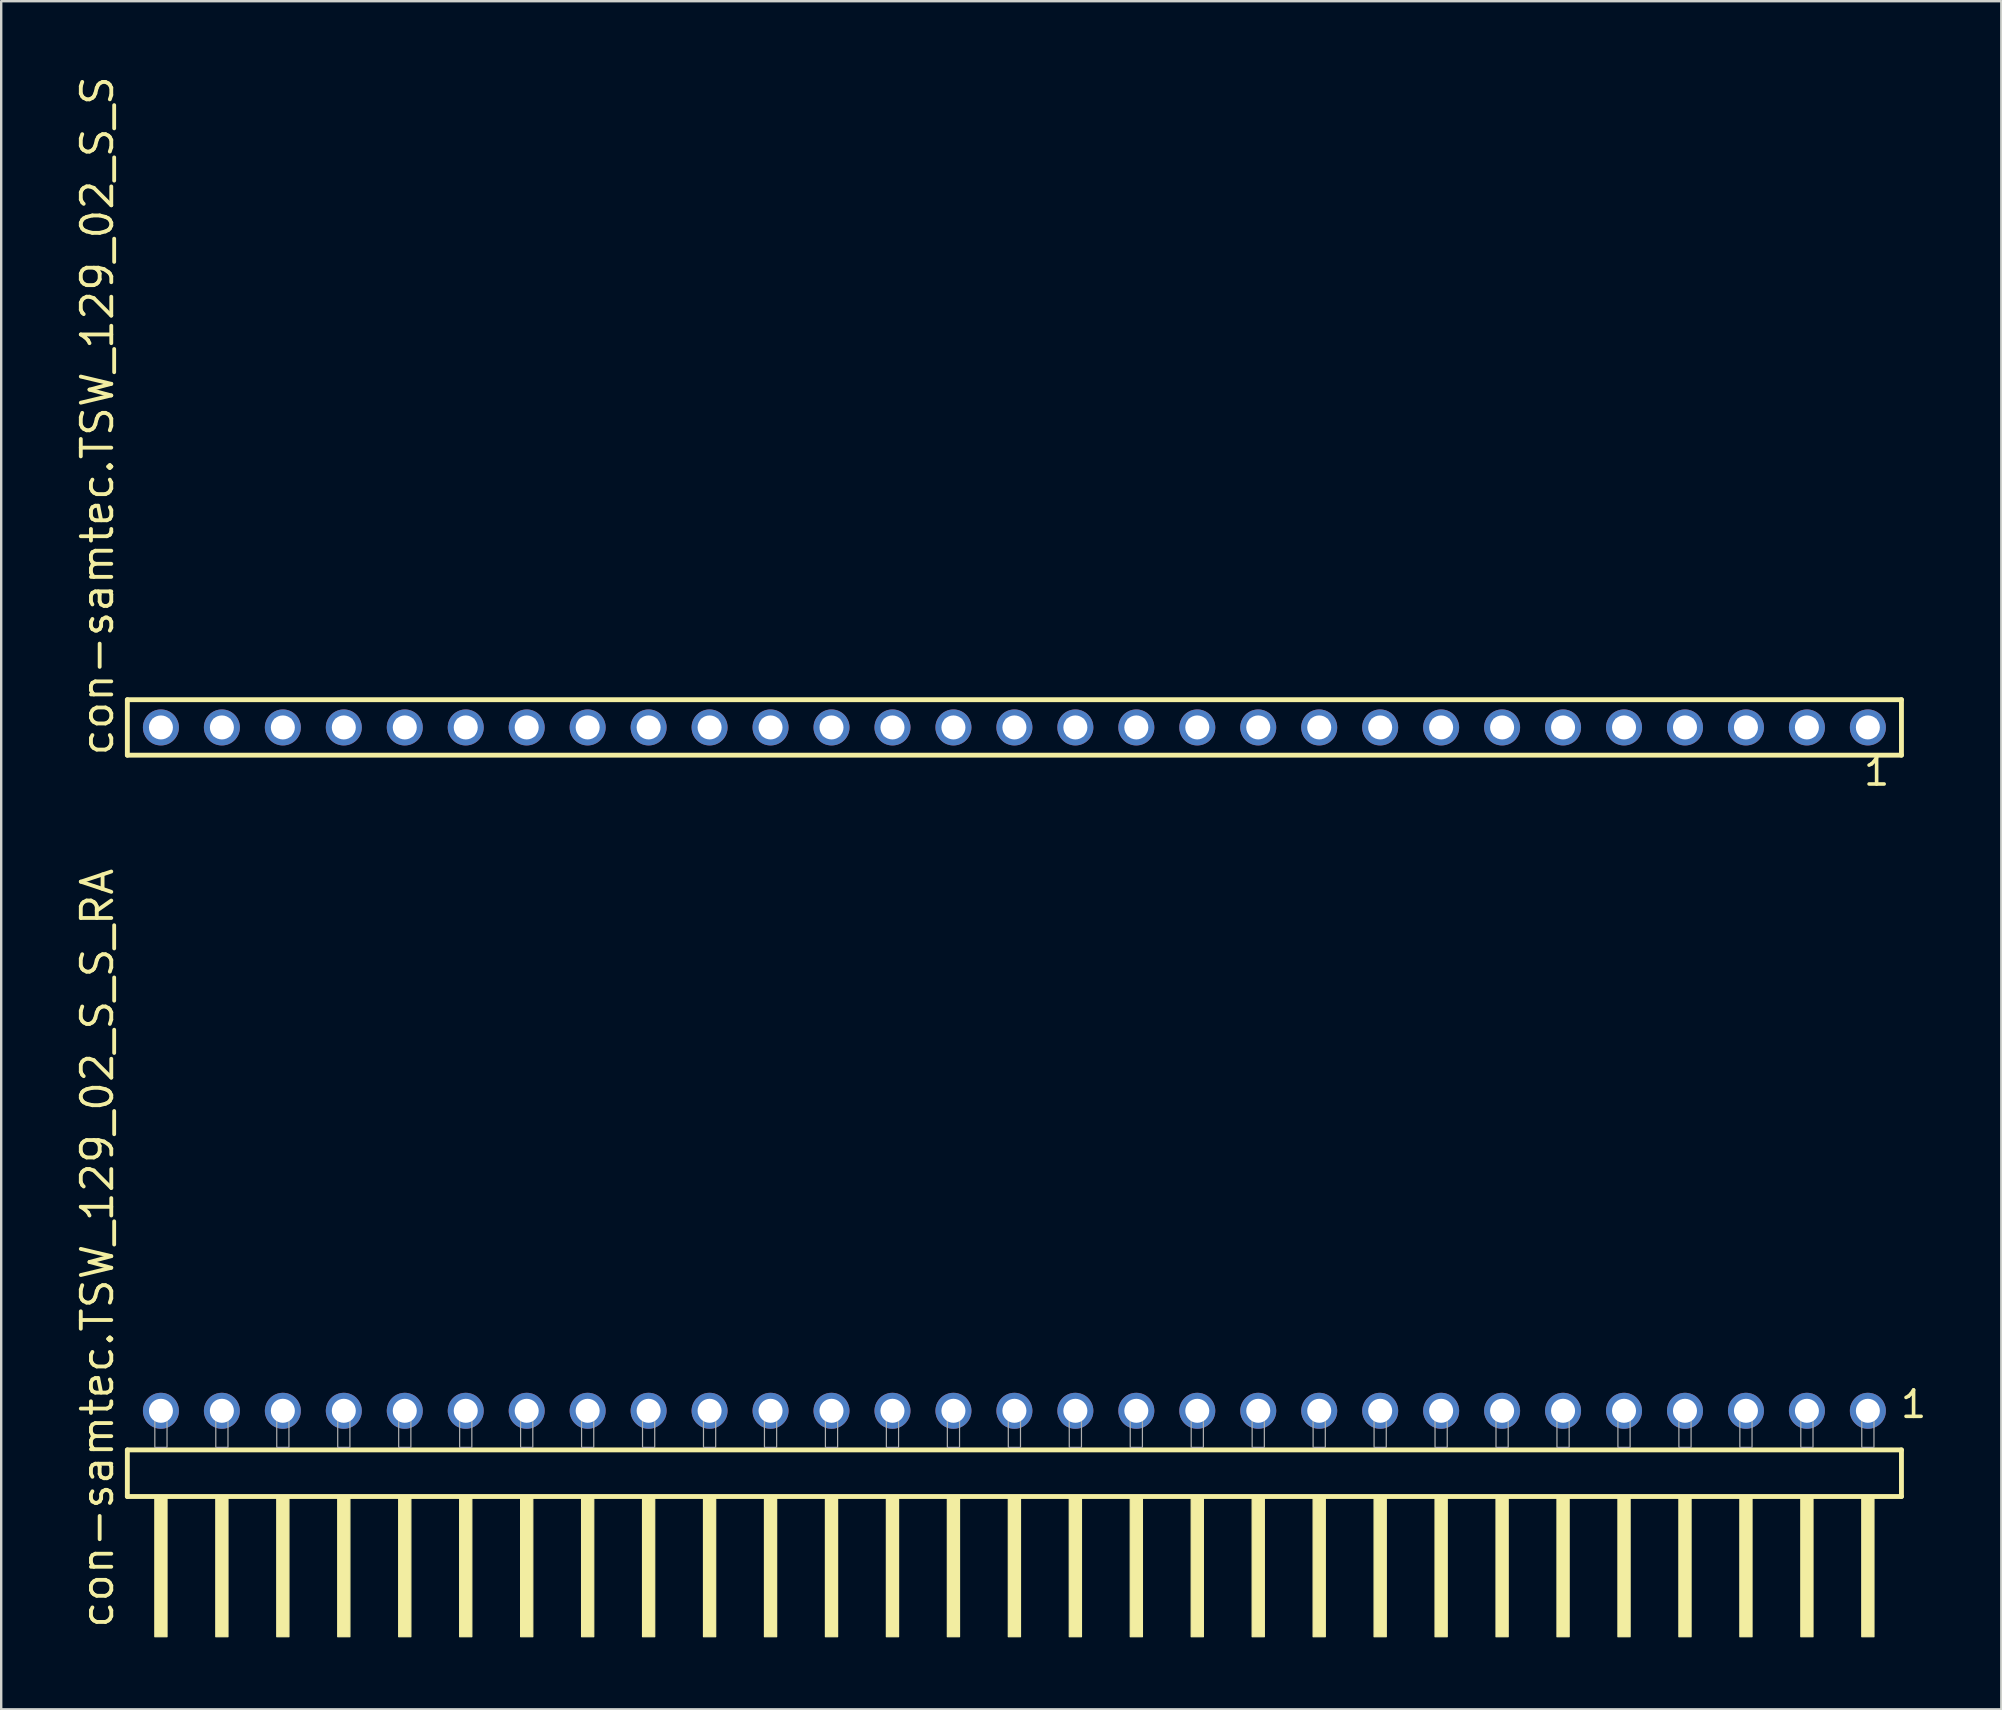
<source format=kicad_pcb>
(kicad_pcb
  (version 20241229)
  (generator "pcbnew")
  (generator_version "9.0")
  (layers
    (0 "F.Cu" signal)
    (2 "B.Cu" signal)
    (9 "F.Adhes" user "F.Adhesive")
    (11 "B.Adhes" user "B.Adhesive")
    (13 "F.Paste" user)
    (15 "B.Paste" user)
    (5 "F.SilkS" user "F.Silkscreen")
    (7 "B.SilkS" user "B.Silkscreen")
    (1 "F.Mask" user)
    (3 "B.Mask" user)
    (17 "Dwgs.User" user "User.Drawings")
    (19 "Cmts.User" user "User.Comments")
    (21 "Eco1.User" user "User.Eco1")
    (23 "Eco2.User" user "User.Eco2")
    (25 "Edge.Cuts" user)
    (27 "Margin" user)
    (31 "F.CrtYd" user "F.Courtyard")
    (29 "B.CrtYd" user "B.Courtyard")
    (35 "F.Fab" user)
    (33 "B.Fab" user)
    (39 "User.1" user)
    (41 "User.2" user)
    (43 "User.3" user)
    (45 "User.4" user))
  (footprint "con-samtec.TSW_129_02_S_S_RA"
    (layer "F.Cu")
    (at 39.215 57.255)
    (property "Reference" "con-samtec.TSW_129_02_S_S_RA" (at -37.465 7.62 90) (layer "F.SilkS") (effects (font (size 1.27 1.27) (thickness 0.16)) (justify left bottom)))
    (attr through_hole)
    (fp_line (start -36.959 0.106) (end -36.959 2.046) (stroke (width 0.203) (type default)) (layer "F.SilkS"))
    (fp_line (start -36.959 2.046) (end 36.959 2.046) (stroke (width 0.203) (type default)) (layer "F.SilkS"))
    (fp_line (start 36.959 0.106) (end -36.959 0.106) (stroke (width 0.203) (type default)) (layer "F.SilkS"))
    (fp_line (start 36.959 2.046) (end 36.959 0.106) (stroke (width 0.203) (type default)) (layer "F.SilkS"))
    (fp_rect (start -35.814 7.89) (end -35.306 2.04) (stroke (width 0.05) (type default)) (fill yes) (layer "F.SilkS"))
    (fp_rect (start -33.274 7.89) (end -32.766 2.04) (stroke (width 0.05) (type default)) (fill yes) (layer "F.SilkS"))
    (fp_rect (start -30.734 7.89) (end -30.226 2.04) (stroke (width 0.05) (type default)) (fill yes) (layer "F.SilkS"))
    (fp_rect (start -28.194 7.89) (end -27.686 2.04) (stroke (width 0.05) (type default)) (fill yes) (layer "F.SilkS"))
    (fp_rect (start -25.654 7.89) (end -25.146 2.04) (stroke (width 0.05) (type default)) (fill yes) (layer "F.SilkS"))
    (fp_rect (start -23.114 7.89) (end -22.606 2.04) (stroke (width 0.05) (type default)) (fill yes) (layer "F.SilkS"))
    (fp_rect (start -20.574 7.89) (end -20.066 2.04) (stroke (width 0.05) (type default)) (fill yes) (layer "F.SilkS"))
    (fp_rect (start -18.034 7.89) (end -17.526 2.04) (stroke (width 0.05) (type default)) (fill yes) (layer "F.SilkS"))
    (fp_rect (start -15.494 7.89) (end -14.986 2.04) (stroke (width 0.05) (type default)) (fill yes) (layer "F.SilkS"))
    (fp_rect (start -12.954 7.89) (end -12.446 2.04) (stroke (width 0.05) (type default)) (fill yes) (layer "F.SilkS"))
    (fp_rect (start -10.414 7.89) (end -9.906 2.04) (stroke (width 0.05) (type default)) (fill yes) (layer "F.SilkS"))
    (fp_rect (start -7.874 7.89) (end -7.366 2.04) (stroke (width 0.05) (type default)) (fill yes) (layer "F.SilkS"))
    (fp_rect (start -5.334 7.89) (end -4.826 2.04) (stroke (width 0.05) (type default)) (fill yes) (layer "F.SilkS"))
    (fp_rect (start -2.794 7.89) (end -2.286 2.04) (stroke (width 0.05) (type default)) (fill yes) (layer "F.SilkS"))
    (fp_rect (start -0.254 7.89) (end 0.254 2.04) (stroke (width 0.05) (type default)) (fill yes) (layer "F.SilkS"))
    (fp_rect (start 2.286 7.89) (end 2.794 2.04) (stroke (width 0.05) (type default)) (fill yes) (layer "F.SilkS"))
    (fp_rect (start 4.826 7.89) (end 5.334 2.04) (stroke (width 0.05) (type default)) (fill yes) (layer "F.SilkS"))
    (fp_rect (start 7.366 7.89) (end 7.874 2.04) (stroke (width 0.05) (type default)) (fill yes) (layer "F.SilkS"))
    (fp_rect (start 9.906 7.89) (end 10.414 2.04) (stroke (width 0.05) (type default)) (fill yes) (layer "F.SilkS"))
    (fp_rect (start 12.446 7.89) (end 12.954 2.04) (stroke (width 0.05) (type default)) (fill yes) (layer "F.SilkS"))
    (fp_rect (start 14.986 7.89) (end 15.494 2.04) (stroke (width 0.05) (type default)) (fill yes) (layer "F.SilkS"))
    (fp_rect (start 17.526 7.89) (end 18.034 2.04) (stroke (width 0.05) (type default)) (fill yes) (layer "F.SilkS"))
    (fp_rect (start 20.066 7.89) (end 20.574 2.04) (stroke (width 0.05) (type default)) (fill yes) (layer "F.SilkS"))
    (fp_rect (start 22.606 7.89) (end 23.114 2.04) (stroke (width 0.05) (type default)) (fill yes) (layer "F.SilkS"))
    (fp_rect (start 25.146 7.89) (end 25.654 2.04) (stroke (width 0.05) (type default)) (fill yes) (layer "F.SilkS"))
    (fp_rect (start 27.686 7.89) (end 28.194 2.04) (stroke (width 0.05) (type default)) (fill yes) (layer "F.SilkS"))
    (fp_rect (start 30.226 7.89) (end 30.734 2.04) (stroke (width 0.05) (type default)) (fill yes) (layer "F.SilkS"))
    (fp_rect (start 32.766 7.89) (end 33.274 2.04) (stroke (width 0.05) (type default)) (fill yes) (layer "F.SilkS"))
    (fp_rect (start 35.306 7.89) (end 35.814 2.04) (stroke (width 0.05) (type default)) (fill yes) (layer "F.SilkS"))
    (fp_rect (start -35.814 0) (end -35.306 -1.778) (stroke (width 0.05) (type default)) (fill no) (layer "F.Fab"))
    (fp_rect (start -33.274 0) (end -32.766 -1.778) (stroke (width 0.05) (type default)) (fill no) (layer "F.Fab"))
    (fp_rect (start -30.734 0) (end -30.226 -1.778) (stroke (width 0.05) (type default)) (fill no) (layer "F.Fab"))
    (fp_rect (start -28.194 0) (end -27.686 -1.778) (stroke (width 0.05) (type default)) (fill no) (layer "F.Fab"))
    (fp_rect (start -25.654 0) (end -25.146 -1.778) (stroke (width 0.05) (type default)) (fill no) (layer "F.Fab"))
    (fp_rect (start -23.114 0) (end -22.606 -1.778) (stroke (width 0.05) (type default)) (fill no) (layer "F.Fab"))
    (fp_rect (start -20.574 0) (end -20.066 -1.778) (stroke (width 0.05) (type default)) (fill no) (layer "F.Fab"))
    (fp_rect (start -18.034 0) (end -17.526 -1.778) (stroke (width 0.05) (type default)) (fill no) (layer "F.Fab"))
    (fp_rect (start -15.494 0) (end -14.986 -1.778) (stroke (width 0.05) (type default)) (fill no) (layer "F.Fab"))
    (fp_rect (start -12.954 0) (end -12.446 -1.778) (stroke (width 0.05) (type default)) (fill no) (layer "F.Fab"))
    (fp_rect (start -10.414 0) (end -9.906 -1.778) (stroke (width 0.05) (type default)) (fill no) (layer "F.Fab"))
    (fp_rect (start -7.874 0) (end -7.366 -1.778) (stroke (width 0.05) (type default)) (fill no) (layer "F.Fab"))
    (fp_rect (start -5.334 0) (end -4.826 -1.778) (stroke (width 0.05) (type default)) (fill no) (layer "F.Fab"))
    (fp_rect (start -2.794 0) (end -2.286 -1.778) (stroke (width 0.05) (type default)) (fill no) (layer "F.Fab"))
    (fp_rect (start -0.254 0) (end 0.254 -1.778) (stroke (width 0.05) (type default)) (fill no) (layer "F.Fab"))
    (fp_rect (start 2.286 0) (end 2.794 -1.778) (stroke (width 0.05) (type default)) (fill no) (layer "F.Fab"))
    (fp_rect (start 4.826 0) (end 5.334 -1.778) (stroke (width 0.05) (type default)) (fill no) (layer "F.Fab"))
    (fp_rect (start 7.366 0) (end 7.874 -1.778) (stroke (width 0.05) (type default)) (fill no) (layer "F.Fab"))
    (fp_rect (start 9.906 0) (end 10.414 -1.778) (stroke (width 0.05) (type default)) (fill no) (layer "F.Fab"))
    (fp_rect (start 12.446 0) (end 12.954 -1.778) (stroke (width 0.05) (type default)) (fill no) (layer "F.Fab"))
    (fp_rect (start 14.986 0) (end 15.494 -1.778) (stroke (width 0.05) (type default)) (fill no) (layer "F.Fab"))
    (fp_rect (start 17.526 0) (end 18.034 -1.778) (stroke (width 0.05) (type default)) (fill no) (layer "F.Fab"))
    (fp_rect (start 20.066 0) (end 20.574 -1.778) (stroke (width 0.05) (type default)) (fill no) (layer "F.Fab"))
    (fp_rect (start 22.606 0) (end 23.114 -1.778) (stroke (width 0.05) (type default)) (fill no) (layer "F.Fab"))
    (fp_rect (start 25.146 0) (end 25.654 -1.778) (stroke (width 0.05) (type default)) (fill no) (layer "F.Fab"))
    (fp_rect (start 27.686 0) (end 28.194 -1.778) (stroke (width 0.05) (type default)) (fill no) (layer "F.Fab"))
    (fp_rect (start 30.226 0) (end 30.734 -1.778) (stroke (width 0.05) (type default)) (fill no) (layer "F.Fab"))
    (fp_rect (start 32.766 0) (end 33.274 -1.778) (stroke (width 0.05) (type default)) (fill no) (layer "F.Fab"))
    (fp_rect (start 35.306 0) (end 35.814 -1.778) (stroke (width 0.05) (type default)) (fill no) (layer "F.Fab"))
    (fp_text user "1" (at 36.842 -1.152 0) (layer "F.SilkS") (effects (font (size 1.1 1.1) (thickness 0.15)) (justify left bottom)))
    (pad "1" thru_hole circle (at 35.56 -1.524 180) (size 1.5 1.5) (drill 1) (layers "*.Cu" "*.Mask"))
    (pad "2" thru_hole circle (at 33.02 -1.524 180) (size 1.5 1.5) (drill 1) (layers "*.Cu" "*.Mask"))
    (pad "3" thru_hole circle (at 30.48 -1.524 180) (size 1.5 1.5) (drill 1) (layers "*.Cu" "*.Mask"))
    (pad "4" thru_hole circle (at 27.94 -1.524 180) (size 1.5 1.5) (drill 1) (layers "*.Cu" "*.Mask"))
    (pad "5" thru_hole circle (at 25.4 -1.524 180) (size 1.5 1.5) (drill 1) (layers "*.Cu" "*.Mask"))
    (pad "6" thru_hole circle (at 22.86 -1.524 180) (size 1.5 1.5) (drill 1) (layers "*.Cu" "*.Mask"))
    (pad "7" thru_hole circle (at 20.32 -1.524 180) (size 1.5 1.5) (drill 1) (layers "*.Cu" "*.Mask"))
    (pad "8" thru_hole circle (at 17.78 -1.524 180) (size 1.5 1.5) (drill 1) (layers "*.Cu" "*.Mask"))
    (pad "9" thru_hole circle (at 15.24 -1.524 180) (size 1.5 1.5) (drill 1) (layers "*.Cu" "*.Mask"))
    (pad "10" thru_hole circle (at 12.7 -1.524 180) (size 1.5 1.5) (drill 1) (layers "*.Cu" "*.Mask"))
    (pad "11" thru_hole circle (at 10.16 -1.524 180) (size 1.5 1.5) (drill 1) (layers "*.Cu" "*.Mask"))
    (pad "12" thru_hole circle (at 7.62 -1.524 180) (size 1.5 1.5) (drill 1) (layers "*.Cu" "*.Mask"))
    (pad "13" thru_hole circle (at 5.08 -1.524 180) (size 1.5 1.5) (drill 1) (layers "*.Cu" "*.Mask"))
    (pad "14" thru_hole circle (at 2.54 -1.524 180) (size 1.5 1.5) (drill 1) (layers "*.Cu" "*.Mask"))
    (pad "15" thru_hole circle (at 0 -1.524 180) (size 1.5 1.5) (drill 1) (layers "*.Cu" "*.Mask"))
    (pad "16" thru_hole circle (at -2.54 -1.524 180) (size 1.5 1.5) (drill 1) (layers "*.Cu" "*.Mask"))
    (pad "17" thru_hole circle (at -5.08 -1.524 180) (size 1.5 1.5) (drill 1) (layers "*.Cu" "*.Mask"))
    (pad "18" thru_hole circle (at -7.62 -1.524 180) (size 1.5 1.5) (drill 1) (layers "*.Cu" "*.Mask"))
    (pad "19" thru_hole circle (at -10.16 -1.524 180) (size 1.5 1.5) (drill 1) (layers "*.Cu" "*.Mask"))
    (pad "20" thru_hole circle (at -12.7 -1.524 180) (size 1.5 1.5) (drill 1) (layers "*.Cu" "*.Mask"))
    (pad "21" thru_hole circle (at -15.24 -1.524 180) (size 1.5 1.5) (drill 1) (layers "*.Cu" "*.Mask"))
    (pad "22" thru_hole circle (at -17.78 -1.524 180) (size 1.5 1.5) (drill 1) (layers "*.Cu" "*.Mask"))
    (pad "23" thru_hole circle (at -20.32 -1.524 180) (size 1.5 1.5) (drill 1) (layers "*.Cu" "*.Mask"))
    (pad "24" thru_hole circle (at -22.86 -1.524 180) (size 1.5 1.5) (drill 1) (layers "*.Cu" "*.Mask"))
    (pad "25" thru_hole circle (at -25.4 -1.524 180) (size 1.5 1.5) (drill 1) (layers "*.Cu" "*.Mask"))
    (pad "26" thru_hole circle (at -27.94 -1.524 180) (size 1.5 1.5) (drill 1) (layers "*.Cu" "*.Mask"))
    (pad "27" thru_hole circle (at -30.48 -1.524 180) (size 1.5 1.5) (drill 1) (layers "*.Cu" "*.Mask"))
    (pad "28" thru_hole circle (at -33.02 -1.524 180) (size 1.5 1.5) (drill 1) (layers "*.Cu" "*.Mask"))
    (pad "29" thru_hole circle (at -35.56 -1.524 180) (size 1.5 1.5) (drill 1) (layers "*.Cu" "*.Mask")))
  (footprint "con-samtec.TSW_129_02_S_S"
    (layer "F.Cu")
    (at 39.215 27.259)
    (property "Reference" "con-samtec.TSW_129_02_S_S" (at -37.465 1.27 90) (layer "F.SilkS") (effects (font (size 1.27 1.27) (thickness 0.16)) (justify left bottom)))
    (attr through_hole)
    (fp_line (start -36.959 -1.155) (end 36.959 -1.155) (stroke (width 0.203) (type default)) (layer "F.SilkS"))
    (fp_line (start -36.959 1.155) (end -36.959 -1.155) (stroke (width 0.203) (type default)) (layer "F.SilkS"))
    (fp_line (start 36.959 -1.155) (end 36.959 1.155) (stroke (width 0.203) (type default)) (layer "F.SilkS"))
    (fp_line (start 36.959 1.155) (end -36.959 1.155) (stroke (width 0.203) (type default)) (layer "F.SilkS"))
    (fp_rect (start -35.91 0.35) (end -35.21 -0.35) (stroke (width 0.05) (type default)) (fill no) (layer "F.Fab"))
    (fp_rect (start -33.37 0.35) (end -32.67 -0.35) (stroke (width 0.05) (type default)) (fill no) (layer "F.Fab"))
    (fp_rect (start -30.83 0.35) (end -30.13 -0.35) (stroke (width 0.05) (type default)) (fill no) (layer "F.Fab"))
    (fp_rect (start -28.29 0.35) (end -27.59 -0.35) (stroke (width 0.05) (type default)) (fill no) (layer "F.Fab"))
    (fp_rect (start -25.75 0.35) (end -25.05 -0.35) (stroke (width 0.05) (type default)) (fill no) (layer "F.Fab"))
    (fp_rect (start -23.21 0.35) (end -22.51 -0.35) (stroke (width 0.05) (type default)) (fill no) (layer "F.Fab"))
    (fp_rect (start -20.67 0.35) (end -19.97 -0.35) (stroke (width 0.05) (type default)) (fill no) (layer "F.Fab"))
    (fp_rect (start -18.13 0.35) (end -17.43 -0.35) (stroke (width 0.05) (type default)) (fill no) (layer "F.Fab"))
    (fp_rect (start -15.59 0.35) (end -14.89 -0.35) (stroke (width 0.05) (type default)) (fill no) (layer "F.Fab"))
    (fp_rect (start -13.05 0.35) (end -12.35 -0.35) (stroke (width 0.05) (type default)) (fill no) (layer "F.Fab"))
    (fp_rect (start -10.51 0.35) (end -9.81 -0.35) (stroke (width 0.05) (type default)) (fill no) (layer "F.Fab"))
    (fp_rect (start -7.97 0.35) (end -7.27 -0.35) (stroke (width 0.05) (type default)) (fill no) (layer "F.Fab"))
    (fp_rect (start -5.43 0.35) (end -4.73 -0.35) (stroke (width 0.05) (type default)) (fill no) (layer "F.Fab"))
    (fp_rect (start -2.89 0.35) (end -2.19 -0.35) (stroke (width 0.05) (type default)) (fill no) (layer "F.Fab"))
    (fp_rect (start -0.35 0.35) (end 0.35 -0.35) (stroke (width 0.05) (type default)) (fill no) (layer "F.Fab"))
    (fp_rect (start 2.19 0.35) (end 2.89 -0.35) (stroke (width 0.05) (type default)) (fill no) (layer "F.Fab"))
    (fp_rect (start 4.73 0.35) (end 5.43 -0.35) (stroke (width 0.05) (type default)) (fill no) (layer "F.Fab"))
    (fp_rect (start 7.27 0.35) (end 7.97 -0.35) (stroke (width 0.05) (type default)) (fill no) (layer "F.Fab"))
    (fp_rect (start 9.81 0.35) (end 10.51 -0.35) (stroke (width 0.05) (type default)) (fill no) (layer "F.Fab"))
    (fp_rect (start 12.35 0.35) (end 13.05 -0.35) (stroke (width 0.05) (type default)) (fill no) (layer "F.Fab"))
    (fp_rect (start 14.89 0.35) (end 15.59 -0.35) (stroke (width 0.05) (type default)) (fill no) (layer "F.Fab"))
    (fp_rect (start 17.43 0.35) (end 18.13 -0.35) (stroke (width 0.05) (type default)) (fill no) (layer "F.Fab"))
    (fp_rect (start 19.97 0.35) (end 20.67 -0.35) (stroke (width 0.05) (type default)) (fill no) (layer "F.Fab"))
    (fp_rect (start 22.51 0.35) (end 23.21 -0.35) (stroke (width 0.05) (type default)) (fill no) (layer "F.Fab"))
    (fp_rect (start 25.05 0.35) (end 25.75 -0.35) (stroke (width 0.05) (type default)) (fill no) (layer "F.Fab"))
    (fp_rect (start 27.59 0.35) (end 28.29 -0.35) (stroke (width 0.05) (type default)) (fill no) (layer "F.Fab"))
    (fp_rect (start 30.13 0.35) (end 30.83 -0.35) (stroke (width 0.05) (type default)) (fill no) (layer "F.Fab"))
    (fp_rect (start 32.67 0.35) (end 33.37 -0.35) (stroke (width 0.05) (type default)) (fill no) (layer "F.Fab"))
    (fp_rect (start 35.21 0.35) (end 35.91 -0.35) (stroke (width 0.05) (type default)) (fill no) (layer "F.Fab"))
    (fp_text user "1" (at 35.302 2.498 0) (layer "F.SilkS") (effects (font (size 1.1 1.1) (thickness 0.15)) (justify left bottom)))
    (pad "1" thru_hole circle (at 35.56 0 180) (size 1.5 1.5) (drill 1) (layers "*.Cu" "*.Mask"))
    (pad "2" thru_hole circle (at 33.02 0 180) (size 1.5 1.5) (drill 1) (layers "*.Cu" "*.Mask"))
    (pad "3" thru_hole circle (at 30.48 0 180) (size 1.5 1.5) (drill 1) (layers "*.Cu" "*.Mask"))
    (pad "4" thru_hole circle (at 27.94 0 180) (size 1.5 1.5) (drill 1) (layers "*.Cu" "*.Mask"))
    (pad "5" thru_hole circle (at 25.4 0 180) (size 1.5 1.5) (drill 1) (layers "*.Cu" "*.Mask"))
    (pad "6" thru_hole circle (at 22.86 0 180) (size 1.5 1.5) (drill 1) (layers "*.Cu" "*.Mask"))
    (pad "7" thru_hole circle (at 20.32 0 180) (size 1.5 1.5) (drill 1) (layers "*.Cu" "*.Mask"))
    (pad "8" thru_hole circle (at 17.78 0 180) (size 1.5 1.5) (drill 1) (layers "*.Cu" "*.Mask"))
    (pad "9" thru_hole circle (at 15.24 0 180) (size 1.5 1.5) (drill 1) (layers "*.Cu" "*.Mask"))
    (pad "10" thru_hole circle (at 12.7 0 180) (size 1.5 1.5) (drill 1) (layers "*.Cu" "*.Mask"))
    (pad "11" thru_hole circle (at 10.16 0 180) (size 1.5 1.5) (drill 1) (layers "*.Cu" "*.Mask"))
    (pad "12" thru_hole circle (at 7.62 0 180) (size 1.5 1.5) (drill 1) (layers "*.Cu" "*.Mask"))
    (pad "13" thru_hole circle (at 5.08 0 180) (size 1.5 1.5) (drill 1) (layers "*.Cu" "*.Mask"))
    (pad "14" thru_hole circle (at 2.54 0 180) (size 1.5 1.5) (drill 1) (layers "*.Cu" "*.Mask"))
    (pad "15" thru_hole circle (at 0 0 180) (size 1.5 1.5) (drill 1) (layers "*.Cu" "*.Mask"))
    (pad "16" thru_hole circle (at -2.54 0 180) (size 1.5 1.5) (drill 1) (layers "*.Cu" "*.Mask"))
    (pad "17" thru_hole circle (at -5.08 0 180) (size 1.5 1.5) (drill 1) (layers "*.Cu" "*.Mask"))
    (pad "18" thru_hole circle (at -7.62 0 180) (size 1.5 1.5) (drill 1) (layers "*.Cu" "*.Mask"))
    (pad "19" thru_hole circle (at -10.16 0 180) (size 1.5 1.5) (drill 1) (layers "*.Cu" "*.Mask"))
    (pad "20" thru_hole circle (at -12.7 0 180) (size 1.5 1.5) (drill 1) (layers "*.Cu" "*.Mask"))
    (pad "21" thru_hole circle (at -15.24 0 180) (size 1.5 1.5) (drill 1) (layers "*.Cu" "*.Mask"))
    (pad "22" thru_hole circle (at -17.78 0 180) (size 1.5 1.5) (drill 1) (layers "*.Cu" "*.Mask"))
    (pad "23" thru_hole circle (at -20.32 0 180) (size 1.5 1.5) (drill 1) (layers "*.Cu" "*.Mask"))
    (pad "24" thru_hole circle (at -22.86 0 180) (size 1.5 1.5) (drill 1) (layers "*.Cu" "*.Mask"))
    (pad "25" thru_hole circle (at -25.4 0 180) (size 1.5 1.5) (drill 1) (layers "*.Cu" "*.Mask"))
    (pad "26" thru_hole circle (at -27.94 0 180) (size 1.5 1.5) (drill 1) (layers "*.Cu" "*.Mask"))
    (pad "27" thru_hole circle (at -30.48 0 180) (size 1.5 1.5) (drill 1) (layers "*.Cu" "*.Mask"))
    (pad "28" thru_hole circle (at -33.02 0 180) (size 1.5 1.5) (drill 1) (layers "*.Cu" "*.Mask"))
    (pad "29" thru_hole circle (at -35.56 0 180) (size 1.5 1.5) (drill 1) (layers "*.Cu" "*.Mask")))
  (gr_rect
    (start -3 -3)
    (end 80.335 68.17)
    (stroke (width 0.1) (type default))
    (fill no)
    (layer "Edge.Cuts")))
</source>
